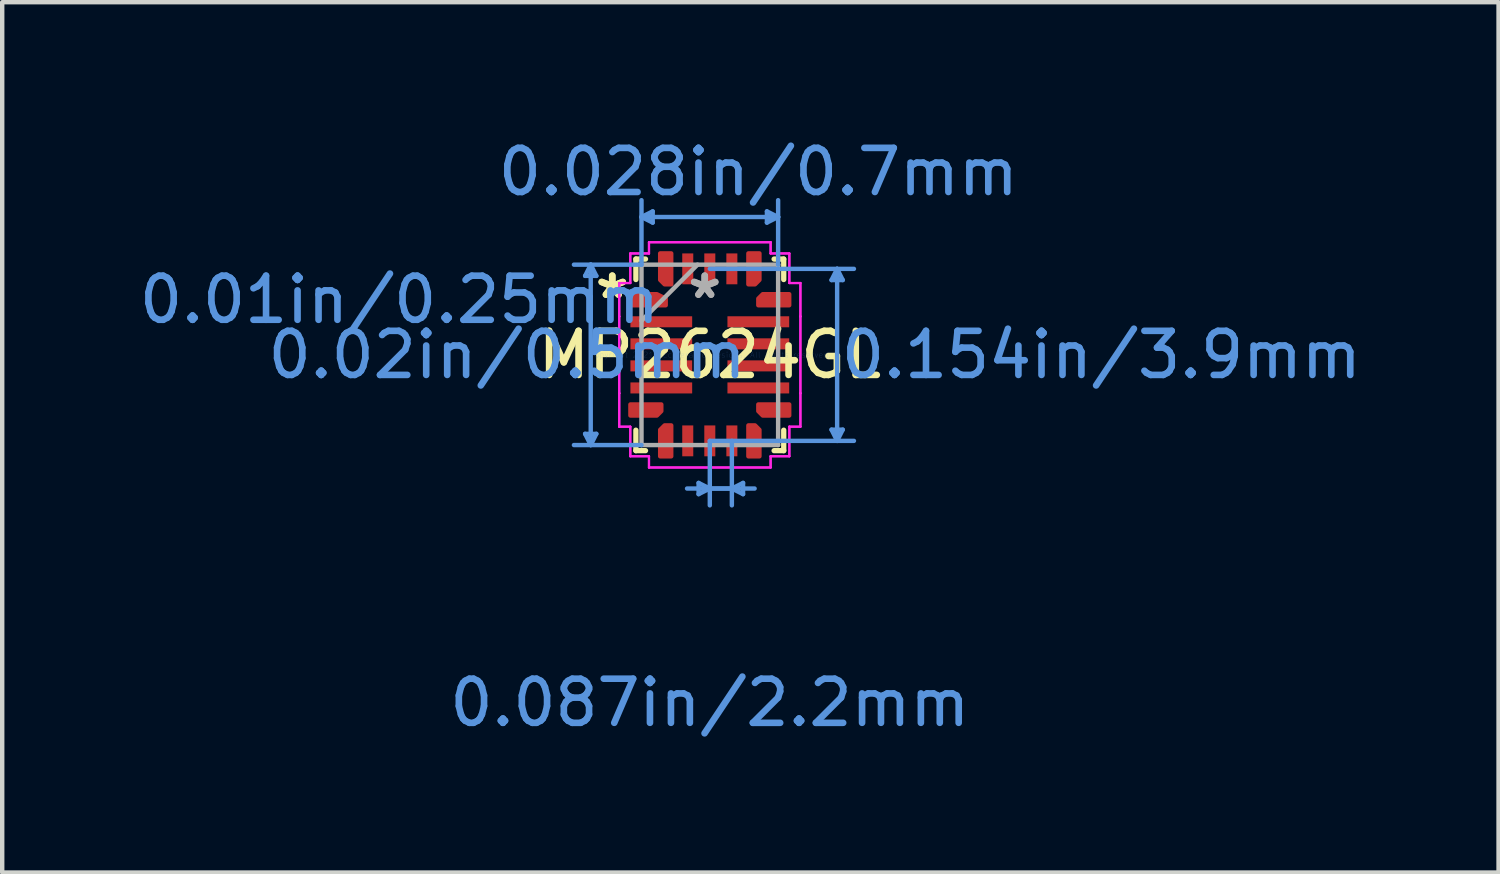
<source format=kicad_pcb>
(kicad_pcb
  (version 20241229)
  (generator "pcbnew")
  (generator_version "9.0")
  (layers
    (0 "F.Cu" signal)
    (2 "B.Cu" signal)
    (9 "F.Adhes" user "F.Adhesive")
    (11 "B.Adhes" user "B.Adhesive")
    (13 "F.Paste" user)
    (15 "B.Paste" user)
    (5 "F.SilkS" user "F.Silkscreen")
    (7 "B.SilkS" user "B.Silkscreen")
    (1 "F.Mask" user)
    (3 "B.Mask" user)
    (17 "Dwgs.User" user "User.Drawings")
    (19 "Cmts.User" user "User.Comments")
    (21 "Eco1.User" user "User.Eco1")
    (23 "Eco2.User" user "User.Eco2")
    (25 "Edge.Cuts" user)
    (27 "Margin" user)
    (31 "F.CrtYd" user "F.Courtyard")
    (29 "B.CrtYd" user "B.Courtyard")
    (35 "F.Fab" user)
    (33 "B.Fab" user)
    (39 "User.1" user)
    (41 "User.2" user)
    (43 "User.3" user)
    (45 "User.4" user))
  (footprint "MP2624GL"
    (layer "F.Cu")
    (at 13.044 4.996)
    (property "Reference" "MP2624GL" (at 0 0 0) (layer "F.SilkS") (effects (font (size 1 1) (thickness 0.15))))
    (attr through_hole)
    (fp_poly (pts (xy -1.8 -1.375) (xy -1.8 -1.125) (xy -1 -1.125) (xy -1 -1.275) (xy -1.2 -1.375)) (stroke (width 0.1) (type solid)) (fill yes) (layer "F.Cu"))
    (fp_poly (pts (xy -1.8 1.375) (xy -1.8 1.125) (xy -1.1 1.125) (xy -1.1 1.275) (xy -1.2 1.375)) (stroke (width 0.1) (type solid)) (fill yes) (layer "F.Cu"))
    (fp_poly (pts (xy -1.125 -2.3) (xy -0.875 -2.3) (xy -0.875 -1.6) (xy -1.025 -1.6) (xy -1.125 -1.7)) (stroke (width 0.1) (type solid)) (fill yes) (layer "F.Cu"))
    (fp_poly (pts (xy -1.125 2.3) (xy -0.875 2.3) (xy -0.875 1.6) (xy -1.025 1.6) (xy -1.125 1.7)) (stroke (width 0.1) (type solid)) (fill yes) (layer "F.Cu"))
    (fp_poly (pts (xy 1.125 -2.3) (xy 0.875 -2.3) (xy 0.875 -1.6) (xy 1.025 -1.6) (xy 1.125 -1.7)) (stroke (width 0.1) (type solid)) (fill yes) (layer "F.Cu"))
    (fp_poly (pts (xy 1.125 2.3) (xy 0.875 2.3) (xy 0.875 1.6) (xy 1.025 1.6) (xy 1.125 1.7)) (stroke (width 0.1) (type solid)) (fill yes) (layer "F.Cu"))
    (fp_poly (pts (xy 1.8 -1.375) (xy 1.8 -1.125) (xy 1.1 -1.125) (xy 1.1 -1.275) (xy 1.2 -1.375)) (stroke (width 0.1) (type solid)) (fill yes) (layer "F.Cu"))
    (fp_poly (pts (xy 1.8 1.375) (xy 1.8 1.125) (xy 1.1 1.125) (xy 1.1 1.275) (xy 1.2 1.375)) (stroke (width 0.1) (type solid)) (fill yes) (layer "F.Cu"))
    (fp_poly (pts (xy -1.8 -1.375) (xy -1.8 -1.125) (xy -1 -1.125) (xy -1 -1.275) (xy -1.2 -1.375)) (stroke (width 0.1) (type solid)) (fill yes) (layer "F.Mask"))
    (fp_poly (pts (xy -1.8 1.375) (xy -1.8 1.125) (xy -1.1 1.125) (xy -1.1 1.275) (xy -1.2 1.375)) (stroke (width 0.1) (type solid)) (fill yes) (layer "F.Mask"))
    (fp_poly (pts (xy -1.125 -2.3) (xy -0.875 -2.3) (xy -0.875 -1.6) (xy -1.025 -1.6) (xy -1.125 -1.7)) (stroke (width 0.1) (type solid)) (fill yes) (layer "F.Mask"))
    (fp_poly (pts (xy -1.125 2.3) (xy -0.875 2.3) (xy -0.875 1.6) (xy -1.025 1.6) (xy -1.125 1.7)) (stroke (width 0.1) (type solid)) (fill yes) (layer "F.Mask"))
    (fp_poly (pts (xy 1.125 -2.3) (xy 0.875 -2.3) (xy 0.875 -1.6) (xy 1.025 -1.6) (xy 1.125 -1.7)) (stroke (width 0.1) (type solid)) (fill yes) (layer "F.Mask"))
    (fp_poly (pts (xy 1.125 2.3) (xy 0.875 2.3) (xy 0.875 1.6) (xy 1.025 1.6) (xy 1.125 1.7)) (stroke (width 0.1) (type solid)) (fill yes) (layer "F.Mask"))
    (fp_poly (pts (xy 1.8 -1.375) (xy 1.8 -1.125) (xy 1.1 -1.125) (xy 1.1 -1.275) (xy 1.2 -1.375)) (stroke (width 0.1) (type solid)) (fill yes) (layer "F.Mask"))
    (fp_poly (pts (xy 1.8 1.375) (xy 1.8 1.125) (xy 1.1 1.125) (xy 1.1 1.275) (xy 1.2 1.375)) (stroke (width 0.1) (type solid)) (fill yes) (layer "F.Mask"))
    (fp_line (start -1.676 -2.172) (end -1.458 -2.172) (stroke (width 0.12) (type solid)) (layer "F.SilkS"))
    (fp_line (start -1.676 -1.708) (end -1.676 -2.172) (stroke (width 0.12) (type solid)) (layer "F.SilkS"))
    (fp_line (start -1.676 2.172) (end -1.676 1.708) (stroke (width 0.12) (type solid)) (layer "F.SilkS"))
    (fp_line (start -1.458 2.172) (end -1.676 2.172) (stroke (width 0.12) (type solid)) (layer "F.SilkS"))
    (fp_line (start 1.458 -2.172) (end 1.676 -2.172) (stroke (width 0.12) (type solid)) (layer "F.SilkS"))
    (fp_line (start 1.676 -2.172) (end 1.676 -1.708) (stroke (width 0.12) (type solid)) (layer "F.SilkS"))
    (fp_line (start 1.676 1.708) (end 1.676 2.172) (stroke (width 0.12) (type solid)) (layer "F.SilkS"))
    (fp_line (start 1.676 2.172) (end 1.458 2.172) (stroke (width 0.12) (type solid)) (layer "F.SilkS"))
    (fp_poly (pts (xy -1.8 -1.375) (xy -1.8 -1.125) (xy -1 -1.125) (xy -1 -1.275) (xy -1.2 -1.375)) (stroke (width 0.1) (type solid)) (fill yes) (layer "F.Paste"))
    (fp_poly (pts (xy -1.8 1.375) (xy -1.8 1.125) (xy -1.1 1.125) (xy -1.1 1.275) (xy -1.2 1.375)) (stroke (width 0.1) (type solid)) (fill yes) (layer "F.Paste"))
    (fp_poly (pts (xy -1.125 -2.3) (xy -0.875 -2.3) (xy -0.875 -1.6) (xy -1.025 -1.6) (xy -1.125 -1.7)) (stroke (width 0.1) (type solid)) (fill yes) (layer "F.Paste"))
    (fp_poly (pts (xy -1.125 2.3) (xy -0.875 2.3) (xy -0.875 1.6) (xy -1.025 1.6) (xy -1.125 1.7)) (stroke (width 0.1) (type solid)) (fill yes) (layer "F.Paste"))
    (fp_poly (pts (xy 1.125 -2.3) (xy 0.875 -2.3) (xy 0.875 -1.6) (xy 1.025 -1.6) (xy 1.125 -1.7)) (stroke (width 0.1) (type solid)) (fill yes) (layer "F.Paste"))
    (fp_poly (pts (xy 1.125 2.3) (xy 0.875 2.3) (xy 0.875 1.6) (xy 1.025 1.6) (xy 1.125 1.7)) (stroke (width 0.1) (type solid)) (fill yes) (layer "F.Paste"))
    (fp_poly (pts (xy 1.8 -1.375) (xy 1.8 -1.125) (xy 1.1 -1.125) (xy 1.1 -1.275) (xy 1.2 -1.375)) (stroke (width 0.1) (type solid)) (fill yes) (layer "F.Paste"))
    (fp_poly (pts (xy 1.8 1.375) (xy 1.8 1.125) (xy 1.1 1.125) (xy 1.1 1.275) (xy 1.2 1.375)) (stroke (width 0.1) (type solid)) (fill yes) (layer "F.Paste"))
    (fp_line (start -2.827 1.791) (end -2.7 2.045) (stroke (width 0.1) (type solid)) (layer "Cmts.User"))
    (fp_line (start -2.827 -1.791) (end -2.7 -2.045) (stroke (width 0.1) (type solid)) (layer "Cmts.User"))
    (fp_line (start -2.827 -1.791) (end -2.573 -1.791) (stroke (width 0.1) (type solid)) (layer "Cmts.User"))
    (fp_line (start -2.7 -2.045) (end -2.7 2.045) (stroke (width 0.1) (type solid)) (layer "Cmts.User"))
    (fp_line (start -2.573 1.791) (end -2.827 1.791) (stroke (width 0.1) (type solid)) (layer "Cmts.User"))
    (fp_line (start -2.573 1.791) (end -2.7 2.045) (stroke (width 0.1) (type solid)) (layer "Cmts.User"))
    (fp_line (start -2.573 -1.791) (end -2.7 -2.045) (stroke (width 0.1) (type solid)) (layer "Cmts.User"))
    (fp_line (start -1.549 -3.126) (end 1.549 -3.126) (stroke (width 0.1) (type solid)) (layer "Cmts.User"))
    (fp_line (start -1.549 -2.045) (end -3.081 -2.045) (stroke (width 0.1) (type solid)) (layer "Cmts.User"))
    (fp_line (start -1.549 -2.045) (end -1.549 -3.507) (stroke (width 0.1) (type solid)) (layer "Cmts.User"))
    (fp_line (start -1.549 2.045) (end -3.081 2.045) (stroke (width 0.1) (type solid)) (layer "Cmts.User"))
    (fp_line (start -1.295 -2.999) (end -1.549 -3.126) (stroke (width 0.1) (type solid)) (layer "Cmts.User"))
    (fp_line (start -1.295 -2.999) (end -1.295 -3.253) (stroke (width 0.1) (type solid)) (layer "Cmts.User"))
    (fp_line (start -1.295 -3.253) (end -1.549 -3.126) (stroke (width 0.1) (type solid)) (layer "Cmts.User"))
    (fp_line (start -0.516 3.031) (end 0.5 3.031) (stroke (width 0.1) (type solid)) (layer "Cmts.User"))
    (fp_line (start -0.254 3.158) (end -0.000004 3.031) (stroke (width 0.1) (type solid)) (layer "Cmts.User"))
    (fp_line (start -0.254 2.904) (end -0.254 3.158) (stroke (width 0.1) (type solid)) (layer "Cmts.User"))
    (fp_line (start -0.254 2.904) (end -0.000004 3.031) (stroke (width 0.1) (type solid)) (layer "Cmts.User"))
    (fp_line (start 0 -1.95) (end 3.268 -1.95) (stroke (width 0.1) (type solid)) (layer "Cmts.User"))
    (fp_line (start 0 1.95) (end -0.000005 3.412) (stroke (width 0.1) (type solid)) (layer "Cmts.User"))
    (fp_line (start 0 1.95) (end 3.268 1.95) (stroke (width 0.1) (type solid)) (layer "Cmts.User"))
    (fp_line (start 0.5 1.95) (end 0.5 3.412) (stroke (width 0.1) (type solid)) (layer "Cmts.User"))
    (fp_line (start 0.754 3.158) (end 0.5 3.031) (stroke (width 0.1) (type solid)) (layer "Cmts.User"))
    (fp_line (start 0.754 3.158) (end 0.754 2.904) (stroke (width 0.1) (type solid)) (layer "Cmts.User"))
    (fp_line (start 0.754 2.904) (end 0.5 3.031) (stroke (width 0.1) (type solid)) (layer "Cmts.User"))
    (fp_line (start 1.016 3.031) (end -0.000004 3.031) (stroke (width 0.1) (type solid)) (layer "Cmts.User"))
    (fp_line (start 1.295 -2.999) (end 1.549 -3.126) (stroke (width 0.1) (type solid)) (layer "Cmts.User"))
    (fp_line (start 1.295 -3.253) (end 1.295 -2.999) (stroke (width 0.1) (type solid)) (layer "Cmts.User"))
    (fp_line (start 1.295 -3.253) (end 1.549 -3.126) (stroke (width 0.1) (type solid)) (layer "Cmts.User"))
    (fp_line (start 1.549 -2.045) (end 1.549 -3.507) (stroke (width 0.1) (type solid)) (layer "Cmts.User"))
    (fp_line (start 2.76 -1.696) (end 2.887 -1.95) (stroke (width 0.1) (type solid)) (layer "Cmts.User"))
    (fp_line (start 2.76 -1.696) (end 3.014 -1.696) (stroke (width 0.1) (type solid)) (layer "Cmts.User"))
    (fp_line (start 2.76 1.696) (end 2.887 1.95) (stroke (width 0.1) (type solid)) (layer "Cmts.User"))
    (fp_line (start 2.887 -1.95) (end 2.887 1.95) (stroke (width 0.1) (type solid)) (layer "Cmts.User"))
    (fp_line (start 3.014 1.696) (end 2.76 1.696) (stroke (width 0.1) (type solid)) (layer "Cmts.User"))
    (fp_line (start 3.014 1.696) (end 2.887 1.95) (stroke (width 0.1) (type solid)) (layer "Cmts.User"))
    (fp_line (start 3.014 -1.696) (end 2.887 -1.95) (stroke (width 0.1) (type solid)) (layer "Cmts.User"))
    (fp_line (start -2.054 -1.629) (end -2.054 -0.871) (stroke (width 0.05) (type solid)) (layer "F.CrtYd"))
    (fp_line (start -2.054 -1.629) (end -2.054 -0.871) (stroke (width 0.05) (type solid)) (layer "F.CrtYd"))
    (fp_line (start -2.054 -0.871) (end -2.054 -0.871) (stroke (width 0.05) (type solid)) (layer "F.CrtYd"))
    (fp_line (start -2.054 -0.871) (end -2.054 -0.871) (stroke (width 0.05) (type solid)) (layer "F.CrtYd"))
    (fp_line (start -2.054 -0.871) (end -2.054 0.871) (stroke (width 0.05) (type solid)) (layer "F.CrtYd"))
    (fp_line (start -2.054 -0.871) (end -2.054 0.871) (stroke (width 0.05) (type solid)) (layer "F.CrtYd"))
    (fp_line (start -2.054 0.871) (end -2.054 0.871) (stroke (width 0.05) (type solid)) (layer "F.CrtYd"))
    (fp_line (start -2.054 0.871) (end -2.054 0.871) (stroke (width 0.05) (type solid)) (layer "F.CrtYd"))
    (fp_line (start -2.054 0.871) (end -2.054 1.629) (stroke (width 0.05) (type solid)) (layer "F.CrtYd"))
    (fp_line (start -2.054 0.871) (end -2.054 1.629) (stroke (width 0.05) (type solid)) (layer "F.CrtYd"))
    (fp_line (start -2.054 1.629) (end -1.803 1.629) (stroke (width 0.05) (type solid)) (layer "F.CrtYd"))
    (fp_line (start -2.054 1.629) (end -1.803 1.629) (stroke (width 0.05) (type solid)) (layer "F.CrtYd"))
    (fp_line (start -1.803 -2.299) (end -1.803 -1.629) (stroke (width 0.05) (type solid)) (layer "F.CrtYd"))
    (fp_line (start -1.803 -2.299) (end -1.803 -1.629) (stroke (width 0.05) (type solid)) (layer "F.CrtYd"))
    (fp_line (start -1.803 -1.629) (end -2.054 -1.629) (stroke (width 0.05) (type solid)) (layer "F.CrtYd"))
    (fp_line (start -1.803 -1.629) (end -2.054 -1.629) (stroke (width 0.05) (type solid)) (layer "F.CrtYd"))
    (fp_line (start -1.803 1.629) (end -1.803 2.299) (stroke (width 0.05) (type solid)) (layer "F.CrtYd"))
    (fp_line (start -1.803 1.629) (end -1.803 2.299) (stroke (width 0.05) (type solid)) (layer "F.CrtYd"))
    (fp_line (start -1.803 2.299) (end -1.379 2.299) (stroke (width 0.05) (type solid)) (layer "F.CrtYd"))
    (fp_line (start -1.803 2.299) (end -1.379 2.299) (stroke (width 0.05) (type solid)) (layer "F.CrtYd"))
    (fp_line (start -1.379 -2.554) (end -1.379 -2.299) (stroke (width 0.05) (type solid)) (layer "F.CrtYd"))
    (fp_line (start -1.379 -2.554) (end -1.379 -2.299) (stroke (width 0.05) (type solid)) (layer "F.CrtYd"))
    (fp_line (start -1.379 -2.299) (end -1.803 -2.299) (stroke (width 0.05) (type solid)) (layer "F.CrtYd"))
    (fp_line (start -1.379 -2.299) (end -1.803 -2.299) (stroke (width 0.05) (type solid)) (layer "F.CrtYd"))
    (fp_line (start -1.379 2.299) (end -1.379 2.554) (stroke (width 0.05) (type solid)) (layer "F.CrtYd"))
    (fp_line (start -1.379 2.299) (end -1.379 2.554) (stroke (width 0.05) (type solid)) (layer "F.CrtYd"))
    (fp_line (start -1.379 2.554) (end 1.379 2.554) (stroke (width 0.05) (type solid)) (layer "F.CrtYd"))
    (fp_line (start -1.379 2.554) (end 1.379 2.554) (stroke (width 0.05) (type solid)) (layer "F.CrtYd"))
    (fp_line (start 1.379 -2.554) (end -1.379 -2.554) (stroke (width 0.05) (type solid)) (layer "F.CrtYd"))
    (fp_line (start 1.379 -2.554) (end -1.379 -2.554) (stroke (width 0.05) (type solid)) (layer "F.CrtYd"))
    (fp_line (start 1.379 -2.299) (end 1.379 -2.554) (stroke (width 0.05) (type solid)) (layer "F.CrtYd"))
    (fp_line (start 1.379 -2.299) (end 1.379 -2.554) (stroke (width 0.05) (type solid)) (layer "F.CrtYd"))
    (fp_line (start 1.379 2.299) (end 1.803 2.299) (stroke (width 0.05) (type solid)) (layer "F.CrtYd"))
    (fp_line (start 1.379 2.299) (end 1.803 2.299) (stroke (width 0.05) (type solid)) (layer "F.CrtYd"))
    (fp_line (start 1.379 2.554) (end 1.379 2.299) (stroke (width 0.05) (type solid)) (layer "F.CrtYd"))
    (fp_line (start 1.379 2.554) (end 1.379 2.299) (stroke (width 0.05) (type solid)) (layer "F.CrtYd"))
    (fp_line (start 1.803 -2.299) (end 1.379 -2.299) (stroke (width 0.05) (type solid)) (layer "F.CrtYd"))
    (fp_line (start 1.803 -2.299) (end 1.379 -2.299) (stroke (width 0.05) (type solid)) (layer "F.CrtYd"))
    (fp_line (start 1.803 -1.629) (end 1.803 -2.299) (stroke (width 0.05) (type solid)) (layer "F.CrtYd"))
    (fp_line (start 1.803 -1.629) (end 1.803 -2.299) (stroke (width 0.05) (type solid)) (layer "F.CrtYd"))
    (fp_line (start 1.803 1.629) (end 2.054 1.629) (stroke (width 0.05) (type solid)) (layer "F.CrtYd"))
    (fp_line (start 1.803 1.629) (end 2.054 1.629) (stroke (width 0.05) (type solid)) (layer "F.CrtYd"))
    (fp_line (start 1.803 2.299) (end 1.803 1.629) (stroke (width 0.05) (type solid)) (layer "F.CrtYd"))
    (fp_line (start 1.803 2.299) (end 1.803 1.629) (stroke (width 0.05) (type solid)) (layer "F.CrtYd"))
    (fp_line (start 2.054 -1.629) (end 1.803 -1.629) (stroke (width 0.05) (type solid)) (layer "F.CrtYd"))
    (fp_line (start 2.054 -1.629) (end 1.803 -1.629) (stroke (width 0.05) (type solid)) (layer "F.CrtYd"))
    (fp_line (start 2.054 -0.871) (end 2.054 -1.629) (stroke (width 0.05) (type solid)) (layer "F.CrtYd"))
    (fp_line (start 2.054 -0.871) (end 2.054 -1.629) (stroke (width 0.05) (type solid)) (layer "F.CrtYd"))
    (fp_line (start 2.054 -0.871) (end 2.054 -0.871) (stroke (width 0.05) (type solid)) (layer "F.CrtYd"))
    (fp_line (start 2.054 -0.871) (end 2.054 -0.871) (stroke (width 0.05) (type solid)) (layer "F.CrtYd"))
    (fp_line (start 2.054 0.871) (end 2.054 -0.871) (stroke (width 0.05) (type solid)) (layer "F.CrtYd"))
    (fp_line (start 2.054 0.871) (end 2.054 -0.871) (stroke (width 0.05) (type solid)) (layer "F.CrtYd"))
    (fp_line (start 2.054 0.871) (end 2.054 0.871) (stroke (width 0.05) (type solid)) (layer "F.CrtYd"))
    (fp_line (start 2.054 0.871) (end 2.054 0.871) (stroke (width 0.05) (type solid)) (layer "F.CrtYd"))
    (fp_line (start 2.054 1.629) (end 2.054 0.871) (stroke (width 0.05) (type solid)) (layer "F.CrtYd"))
    (fp_line (start 2.054 1.629) (end 2.054 0.871) (stroke (width 0.05) (type solid)) (layer "F.CrtYd"))
    (fp_line (start -1.549 -2.045) (end -1.549 2.045) (stroke (width 0.1) (type solid)) (layer "F.Fab"))
    (fp_line (start -1.549 -0.775) (end -0.279 -2.045) (stroke (width 0.1) (type solid)) (layer "F.Fab"))
    (fp_line (start -1.549 2.045) (end 1.549 2.045) (stroke (width 0.1) (type solid)) (layer "F.Fab"))
    (fp_line (start 1.549 -2.045) (end -1.549 -2.045) (stroke (width 0.1) (type solid)) (layer "F.Fab"))
    (fp_line (start 1.549 2.045) (end 1.549 -2.045) (stroke (width 0.1) (type solid)) (layer "F.Fab"))
    (fp_text user "*" (at -2.212 -1.25 0) (layer "F.SilkS") (effects (font (size 1 1) (thickness 0.15))))
    (fp_text user "*" (at -2.212 -1.25 0) (layer "F.SilkS") (effects (font (size 1 1) (thickness 0.15))))
    (fp_text user "0.087in/2.2mm" (at 0 7.888 0) (layer "Cmts.User") (effects (font (size 1 1) (thickness 0.15))))
    (fp_text user "0.028in/0.7mm" (at 1.1 -4.148 0) (layer "Cmts.User") (effects (font (size 1 1) (thickness 0.15))))
    (fp_text user "0.01in/0.25mm" (at -7.038 -1.25 0) (layer "Cmts.User") (effects (font (size 1 1) (thickness 0.15))))
    (fp_text user "Copyright 2021 Accelerated Designs. All rights reserved." (at 0 0 0) (layer "Cmts.User") (effects (font (size 0.127 0.127) (thickness 0.002))))
    (fp_text user "0.02in/0.5mm" (at -4.597 0 0) (layer "Cmts.User") (effects (font (size 1 1) (thickness 0.15))))
    (fp_text user "0.154in/3.9mm" (at 8.878 0 0) (layer "Cmts.User") (effects (font (size 1 1) (thickness 0.15))))
    (fp_text user "*" (at -0.115 -1.25 0) (layer "F.Fab") (effects (font (size 1 1) (thickness 0.15))))
    (fp_text user "*" (at -0.115 -1.25 0) (layer "F.Fab") (effects (font (size 1 1) (thickness 0.15))))
    (pad "1" smd rect (at -1.4 -1.25) (size 0.127 0.127) (layers "F.Cu" "F.Mask" "F.Paste"))
    (pad "2" smd rect (at -1.1 -0.75) (size 1.4 0.25) (layers "F.Cu" "F.Mask" "F.Paste"))
    (pad "3" smd rect (at -1.1 -0.25) (size 1.4 0.25) (layers "F.Cu" "F.Mask" "F.Paste"))
    (pad "4" smd rect (at -1.1 0.25) (size 1.4 0.25) (layers "F.Cu" "F.Mask" "F.Paste"))
    (pad "5" smd rect (at -1.1 0.75) (size 1.4 0.25) (layers "F.Cu" "F.Mask" "F.Paste"))
    (pad "6" smd rect (at -1.45 1.25) (size 0.127 0.127) (layers "F.Cu" "F.Mask" "F.Paste"))
    (pad "7" smd rect (at -1 1.95 90) (size 0.127 0.127) (layers "F.Cu" "F.Mask" "F.Paste"))
    (pad "8" smd rect (at -0.5 1.95 90) (size 0.7 0.25) (layers "F.Cu" "F.Mask" "F.Paste"))
    (pad "9" smd rect (at 0 1.95 90) (size 0.7 0.25) (layers "F.Cu" "F.Mask" "F.Paste"))
    (pad "10" smd rect (at 0.5 1.95 90) (size 0.7 0.25) (layers "F.Cu" "F.Mask" "F.Paste"))
    (pad "11" smd rect (at 1 1.95 90) (size 0.127 0.127) (layers "F.Cu" "F.Mask" "F.Paste"))
    (pad "12" smd rect (at 1.45 1.25) (size 0.127 0.127) (layers "F.Cu" "F.Mask" "F.Paste"))
    (pad "13" smd rect (at 1.1 0.75) (size 1.4 0.25) (layers "F.Cu" "F.Mask" "F.Paste"))
    (pad "14" smd rect (at 1.1 0.25) (size 1.4 0.25) (layers "F.Cu" "F.Mask" "F.Paste"))
    (pad "15" smd rect (at 1.1 -0.25) (size 1.4 0.25) (layers "F.Cu" "F.Mask" "F.Paste"))
    (pad "16" smd rect (at 1.1 -0.75) (size 1.4 0.25) (layers "F.Cu" "F.Mask" "F.Paste"))
    (pad "17" smd rect (at 1.45 -1.25) (size 0.127 0.127) (layers "F.Cu" "F.Mask" "F.Paste"))
    (pad "18" smd rect (at 1 -1.95 90) (size 0.127 0.127) (layers "F.Cu" "F.Mask" "F.Paste"))
    (pad "19" smd rect (at 0.5 -1.95 90) (size 0.7 0.25) (layers "F.Cu" "F.Mask" "F.Paste"))
    (pad "20" smd rect (at 0 -1.95 90) (size 0.7 0.25) (layers "F.Cu" "F.Mask" "F.Paste"))
    (pad "21" smd rect (at -0.5 -1.95 90) (size 0.7 0.25) (layers "F.Cu" "F.Mask" "F.Paste"))
    (pad "22" smd rect (at -1 -1.95 90) (size 0.127 0.127) (layers "F.Cu" "F.Mask" "F.Paste")))
  (gr_rect
    (start -3 -3)
    (end 30.928 16.733)
    (stroke (width 0.1) (type default))
    (fill no)
    (layer "Edge.Cuts")))
</source>
